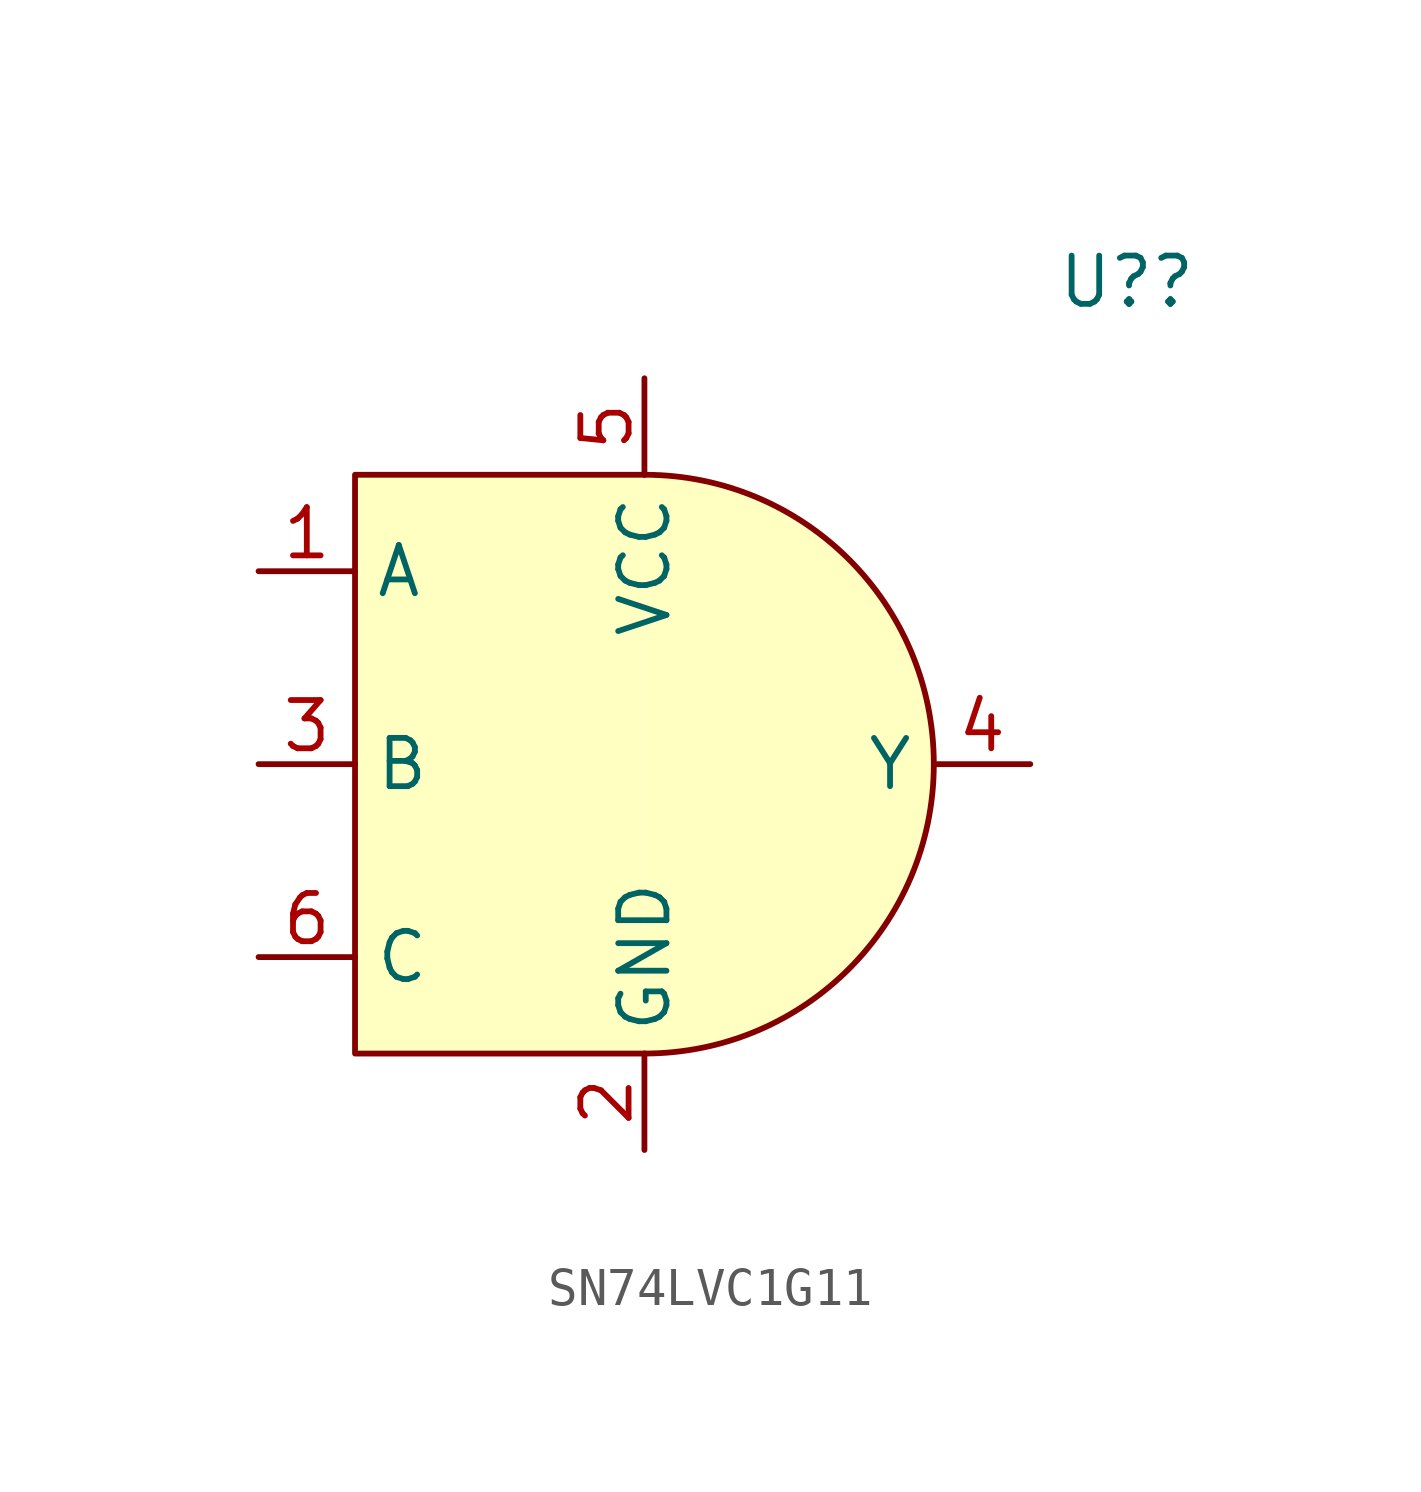
<source format=kicad_sym>
(kicad_symbol_lib
  (version 20241209)
  (generator "kicad_symbol_editor")
  (generator_version "9.0")
  (symbol "SN74LVC1G11"
    (property "Reference" "U?"
      (at 12.7 12.7 0)
      (effects (font (size 1.27 1.27))))
    (property "Value" ""
      (at 0 0 0)
      (effects (font (size 1.27 1.27))))
    (symbol "SN74LVC1G11_1_1"
      (polyline (pts (xy 0 7.62) (xy -7.62 7.62) (xy -7.62 -7.62) (xy 0 -7.62)) (stroke (width 0) (type solid)) (fill (type background)))
      (arc (start 0 7.62) (mid 7.62 0) (end 0 -7.62) (stroke (width 0) (type solid)) (fill (type background)))
      (pin input line (at -10.16 5.08 0) (length 2.54) (name "A" (effects (font (size 1.27 1.27)))) (number "1" (effects (font (size 1.27 1.27)))))
      (pin input line (at -10.16 0 0) (length 2.54) (name "B" (effects (font (size 1.27 1.27)))) (number "3" (effects (font (size 1.27 1.27)))))
      (pin input line (at -10.16 -5.08 0) (length 2.54) (name "C" (effects (font (size 1.27 1.27)))) (number "6" (effects (font (size 1.27 1.27)))))
      (pin power_in line (at 0 10.16 270) (length 2.54) (name "VCC" (effects (font (size 1.27 1.27)))) (number "5" (effects (font (size 1.27 1.27)))))
      (pin power_out line (at 0 -10.16 90) (length 2.54) (name "GND" (effects (font (size 1.27 1.27)))) (number "2" (effects (font (size 1.27 1.27)))))
      (pin output line (at 10.16 0 180) (length 2.54) (name "Y" (effects (font (size 1.27 1.27)))) (number "4" (effects (font (size 1.27 1.27))))))))
</source>
